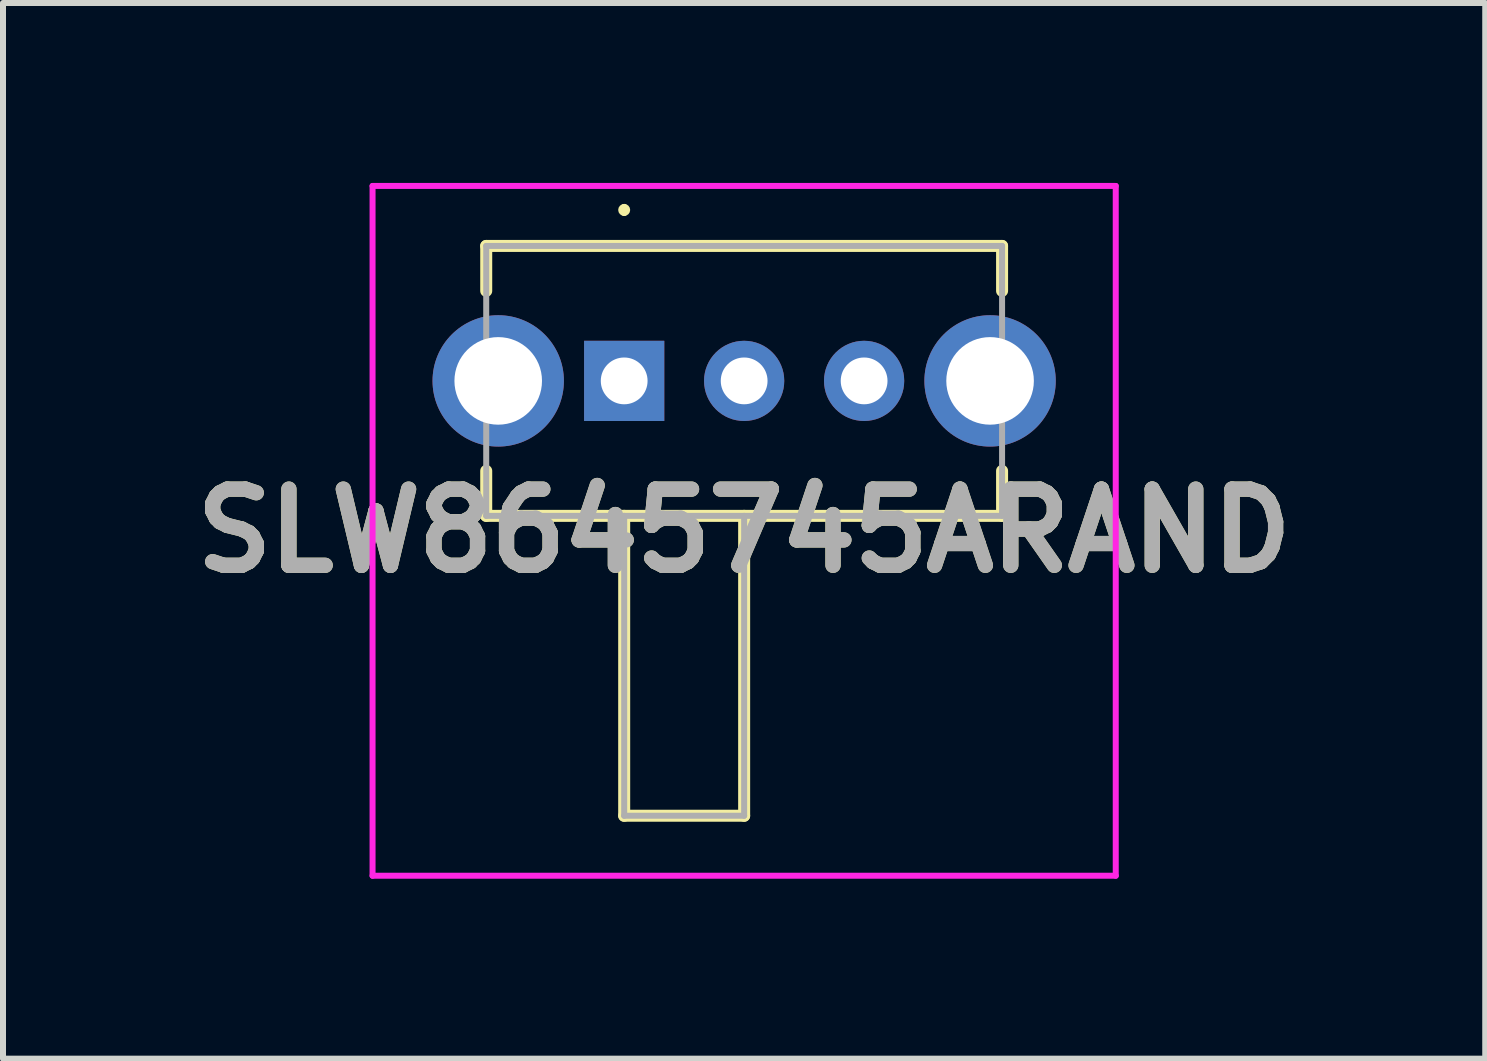
<source format=kicad_pcb>
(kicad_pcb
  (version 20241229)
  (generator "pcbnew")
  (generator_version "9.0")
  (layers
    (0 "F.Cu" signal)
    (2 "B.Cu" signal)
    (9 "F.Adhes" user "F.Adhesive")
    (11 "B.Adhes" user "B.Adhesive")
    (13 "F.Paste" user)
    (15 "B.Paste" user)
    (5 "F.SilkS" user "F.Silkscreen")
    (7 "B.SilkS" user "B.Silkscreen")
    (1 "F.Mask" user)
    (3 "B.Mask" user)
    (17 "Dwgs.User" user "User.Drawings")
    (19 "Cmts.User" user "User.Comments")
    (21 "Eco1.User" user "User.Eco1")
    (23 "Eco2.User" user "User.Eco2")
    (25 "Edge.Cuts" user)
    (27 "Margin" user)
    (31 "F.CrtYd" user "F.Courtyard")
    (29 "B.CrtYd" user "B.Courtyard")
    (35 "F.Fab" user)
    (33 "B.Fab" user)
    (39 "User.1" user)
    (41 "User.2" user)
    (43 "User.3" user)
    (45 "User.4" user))
  (footprint "SLW8645745ARAND"
    (layer "F.Cu")
    (at 7.356 3.3)
    (property "Reference" "SLW8645745ARAND" (at 2 2.5 0) (layer "F.SilkS") (effects (font (size 1.27 1.27) (thickness 0.254))))
    (attr through_hole)
    (fp_line (start -2.3 -2.25) (end 6.3 -2.25) (stroke (width 0.2) (type solid)) (layer "F.SilkS"))
    (fp_line (start -2.3 -1.5) (end -2.3 -2.25) (stroke (width 0.2) (type solid)) (layer "F.SilkS"))
    (fp_line (start -2.3 2.25) (end -2.3 1.5) (stroke (width 0.2) (type solid)) (layer "F.SilkS"))
    (fp_line (start 0 -2.9) (end 0 -2.9) (stroke (width 0.1) (type solid)) (layer "F.SilkS"))
    (fp_line (start 0 -2.8) (end 0 -2.8) (stroke (width 0.1) (type solid)) (layer "F.SilkS"))
    (fp_line (start 0 2.25) (end 0 7.25) (stroke (width 0.2) (type solid)) (layer "F.SilkS"))
    (fp_line (start 0 7.25) (end 2 7.25) (stroke (width 0.2) (type solid)) (layer "F.SilkS"))
    (fp_line (start 2 7.25) (end 2 2.25) (stroke (width 0.2) (type solid)) (layer "F.SilkS"))
    (fp_line (start 6.3 -2.25) (end 6.3 -1.5) (stroke (width 0.2) (type solid)) (layer "F.SilkS"))
    (fp_line (start 6.3 1.5) (end 6.3 2.25) (stroke (width 0.2) (type solid)) (layer "F.SilkS"))
    (fp_line (start 6.3 2.25) (end -2.3 2.25) (stroke (width 0.2) (type solid)) (layer "F.SilkS"))
    (fp_arc (start 0 -2.9) (mid 0.05 -2.85) (end 0 -2.8) (stroke (width 0.1) (type solid)) (layer "F.SilkS"))
    (fp_arc (start 0 -2.8) (mid -0.05 -2.85) (end 0 -2.9) (stroke (width 0.1) (type solid)) (layer "F.SilkS"))
    (fp_line (start -4.195 -3.25) (end 8.195 -3.25) (stroke (width 0.1) (type solid)) (layer "F.CrtYd"))
    (fp_line (start -4.195 8.25) (end -4.195 -3.25) (stroke (width 0.1) (type solid)) (layer "F.CrtYd"))
    (fp_line (start 8.195 -3.25) (end 8.195 8.25) (stroke (width 0.1) (type solid)) (layer "F.CrtYd"))
    (fp_line (start 8.195 8.25) (end -4.195 8.25) (stroke (width 0.1) (type solid)) (layer "F.CrtYd"))
    (fp_line (start -2.3 -2.25) (end 6.3 -2.25) (stroke (width 0.1) (type solid)) (layer "F.Fab"))
    (fp_line (start -2.3 2.25) (end -2.3 -2.25) (stroke (width 0.1) (type solid)) (layer "F.Fab"))
    (fp_line (start 0 7.25) (end 0 2.25) (stroke (width 0.1) (type solid)) (layer "F.Fab"))
    (fp_line (start 2 2.25) (end 2 7.25) (stroke (width 0.1) (type solid)) (layer "F.Fab"))
    (fp_line (start 2 7.25) (end 0 7.25) (stroke (width 0.1) (type solid)) (layer "F.Fab"))
    (fp_line (start 6.3 -2.25) (end 6.3 2.25) (stroke (width 0.1) (type solid)) (layer "F.Fab"))
    (fp_line (start 6.3 2.25) (end -2.3 2.25) (stroke (width 0.1) (type solid)) (layer "F.Fab"))
    (fp_text user "${REFERENCE}" (at 2 2.5 0) (layer "F.Fab") (effects (font (size 1.27 1.27) (thickness 0.254))))
    (pad "1" thru_hole rect (at 0 0) (size 1.337 1.337) (drill 0.78) (layers "*.Cu" "*.Mask"))
    (pad "2" thru_hole circle (at 2 0) (size 1.337 1.337) (drill 0.78) (layers "*.Cu" "*.Mask"))
    (pad "3" thru_hole circle (at 4 0) (size 1.337 1.337) (drill 0.78) (layers "*.Cu" "*.Mask"))
    (pad "4" thru_hole circle (at -2.1 0) (size 2.19 2.19) (drill 1.46) (layers "*.Cu" "*.Mask"))
    (pad "5" thru_hole circle (at 6.1 0) (size 2.19 2.19) (drill 1.46) (layers "*.Cu" "*.Mask")))
  (gr_rect
    (start -3 -3)
    (end 21.711 14.6)
    (stroke (width 0.1) (type default))
    (fill no)
    (layer "Edge.Cuts")))
</source>
